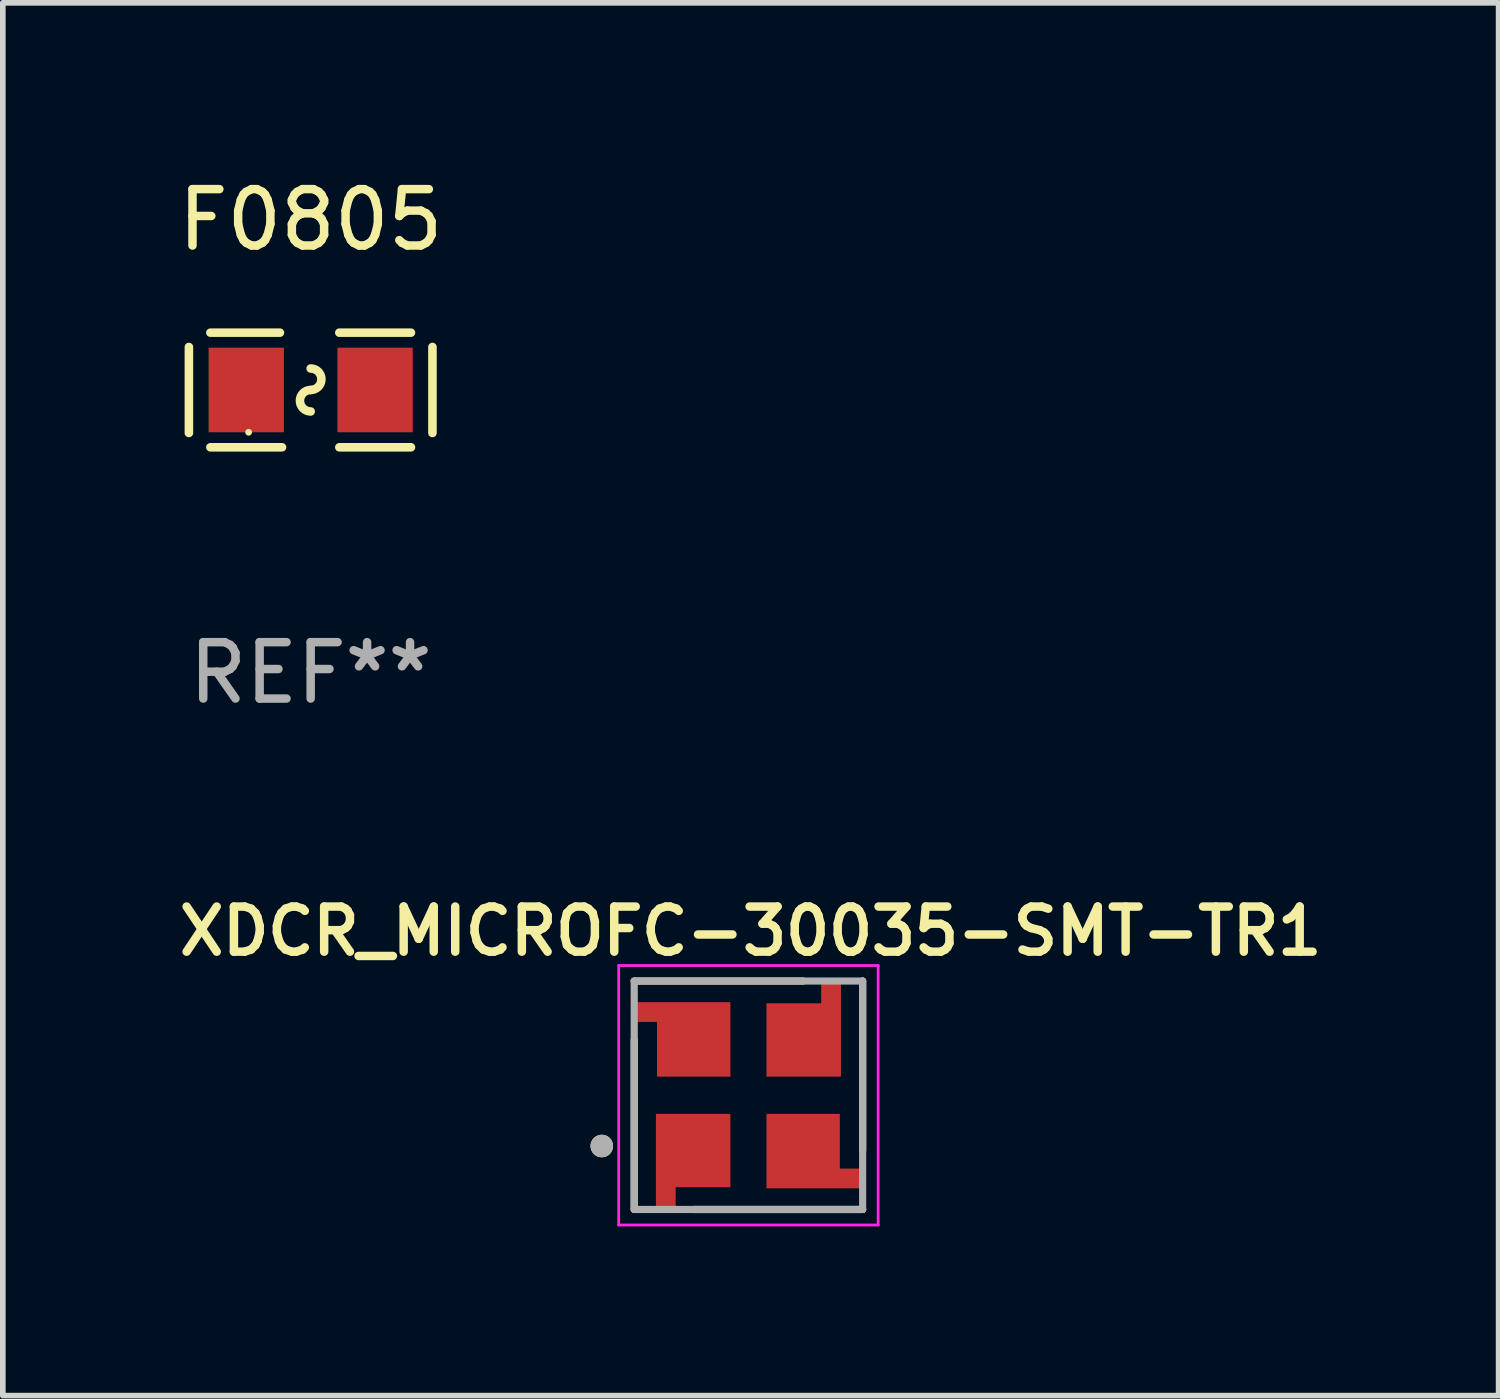
<source format=kicad_pcb>
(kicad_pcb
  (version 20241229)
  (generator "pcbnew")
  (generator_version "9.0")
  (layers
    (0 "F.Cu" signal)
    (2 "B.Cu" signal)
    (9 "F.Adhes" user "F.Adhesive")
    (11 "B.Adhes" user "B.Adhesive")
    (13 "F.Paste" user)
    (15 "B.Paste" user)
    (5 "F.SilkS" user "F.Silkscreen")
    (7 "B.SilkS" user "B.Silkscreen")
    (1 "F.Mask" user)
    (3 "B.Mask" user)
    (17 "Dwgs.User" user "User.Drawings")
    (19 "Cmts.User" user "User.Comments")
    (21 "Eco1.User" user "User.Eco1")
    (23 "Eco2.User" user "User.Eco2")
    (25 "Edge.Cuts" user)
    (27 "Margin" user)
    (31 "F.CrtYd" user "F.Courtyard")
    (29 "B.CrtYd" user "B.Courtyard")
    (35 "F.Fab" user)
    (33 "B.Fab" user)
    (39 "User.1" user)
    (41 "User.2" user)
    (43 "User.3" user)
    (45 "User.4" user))
  (footprint "XDCR_MICROFC-30035-SMT-TR1"
    (layer "F.Cu")
    (at 10.219 16.368)
    (property "Reference" "XDCR_MICROFC-30035-SMT-TR1" (at 0.04 -2.908 0) (layer "F.SilkS") (effects (font (size 0.8 0.8) (thickness 0.15))))
    (attr smd)
    (fp_poly (pts (xy -2.08 -1.69) (xy -0.28 -1.69) (xy -0.28 -0.29) (xy -1.66 -0.29) (xy -1.66 -1.26) (xy -2.08 -1.26)) (stroke (width 0.001) (type solid)) (fill yes) (layer "F.Mask"))
    (fp_poly (pts (xy -1.68 2.09) (xy -1.68 0.29) (xy -0.28 0.29) (xy -0.28 1.67) (xy -1.25 1.67) (xy -1.25 2.09)) (stroke (width 0.001) (type solid)) (fill yes) (layer "F.Mask"))
    (fp_poly (pts (xy 1.68 -2.09) (xy 1.68 -0.29) (xy 0.28 -0.29) (xy 0.28 -1.67) (xy 1.25 -1.67) (xy 1.25 -2.09)) (stroke (width 0.001) (type solid)) (fill yes) (layer "F.Mask"))
    (fp_poly (pts (xy 2.08 1.69) (xy 0.28 1.69) (xy 0.28 0.29) (xy 1.66 0.29) (xy 1.66 1.26) (xy 2.08 1.26)) (stroke (width 0.001) (type solid)) (fill yes) (layer "F.Mask"))
    (fp_line (start -2.025 -2.025) (end 0.97 -2.025) (stroke (width 0.127) (type solid)) (layer "F.SilkS"))
    (fp_line (start -2.025 -0.98) (end -2.025 2.025) (stroke (width 0.127) (type solid)) (layer "F.SilkS"))
    (fp_line (start -0.97 2.025) (end 2.025 2.025) (stroke (width 0.127) (type solid)) (layer "F.SilkS"))
    (fp_line (start 2.025 -2.025) (end 2.025 0.98) (stroke (width 0.127) (type solid)) (layer "F.SilkS"))
    (fp_circle (center -2.6 0.9) (end -2.5 0.9) (stroke (width 0.2) (type solid)) (fill no) (layer "F.SilkS"))
    (fp_poly (pts (xy -2.04 -1.65) (xy -0.32 -1.65) (xy -0.32 -0.33) (xy -1.62 -0.33) (xy -1.62 -1.3) (xy -2.04 -1.3)) (stroke (width 0.0001) (type solid)) (fill yes) (layer "F.Paste"))
    (fp_poly (pts (xy -1.64 0.33) (xy -0.32 0.33) (xy -0.32 1.63) (xy -1.29 1.63) (xy -1.29 2.05) (xy -1.64 2.05)) (stroke (width 0.0001) (type solid)) (fill yes) (layer "F.Paste"))
    (fp_poly (pts (xy 0.32 0.33) (xy 1.62 0.33) (xy 1.62 1.3) (xy 2.04 1.3) (xy 2.04 1.65) (xy 0.32 1.65)) (stroke (width 0.0001) (type solid)) (fill yes) (layer "F.Paste"))
    (fp_poly (pts (xy 1.29 -2.05) (xy 1.64 -2.05) (xy 1.64 -0.33) (xy 0.32 -0.33) (xy 0.32 -1.63) (xy 1.29 -1.63)) (stroke (width 0.0001) (type solid)) (fill yes) (layer "F.Paste"))
    (fp_line (start -2.3 -2.3) (end 2.3 -2.3) (stroke (width 0.05) (type solid)) (layer "F.CrtYd"))
    (fp_line (start -2.3 2.3) (end -2.3 -2.3) (stroke (width 0.05) (type solid)) (layer "F.CrtYd"))
    (fp_line (start 2.3 -2.3) (end 2.3 2.3) (stroke (width 0.05) (type solid)) (layer "F.CrtYd"))
    (fp_line (start 2.3 2.3) (end -2.3 2.3) (stroke (width 0.05) (type solid)) (layer "F.CrtYd"))
    (fp_line (start -2.025 -2.025) (end 2.025 -2.025) (stroke (width 0.127) (type solid)) (layer "F.Fab"))
    (fp_line (start -2.025 2.025) (end -2.025 -2.025) (stroke (width 0.127) (type solid)) (layer "F.Fab"))
    (fp_line (start 2.025 -2.025) (end 2.025 2.025) (stroke (width 0.127) (type solid)) (layer "F.Fab"))
    (fp_line (start 2.025 2.025) (end -2.025 2.025) (stroke (width 0.127) (type solid)) (layer "F.Fab"))
    (fp_circle (center -2.6 0.9) (end -2.5 0.9) (stroke (width 0.2) (type solid)) (fill no) (layer "F.Fab"))
    (pad "1" smd custom (at -0.98 0.98) (size 1.32 1.3) (layers "F.Cu") (options (anchor rect)) (primitives (gr_poly (pts (xy -0.66 -0.65) (xy 0.66 -0.65) (xy 0.66 0.65) (xy -0.31 0.65) (xy -0.31 1.07) (xy -0.66 1.07)) (width 0.0001) (fill yes))))
    (pad "2" smd custom (at 0.97 0.99) (size 1.3 1.32) (layers "F.Cu") (options (anchor rect)) (primitives (gr_poly (pts (xy -0.65 -0.66) (xy 0.65 -0.66) (xy 0.65 0.31) (xy 1.07 0.31) (xy 1.07 0.66) (xy -0.65 0.66)) (width 0.0001) (fill yes))))
    (pad "3" smd custom (at 0.98 -0.98) (size 1.32 1.3) (layers "F.Cu") (options (anchor rect)) (primitives (gr_poly (pts (xy 0.31 -1.07) (xy 0.66 -1.07) (xy 0.66 0.65) (xy -0.66 0.65) (xy -0.66 -0.65) (xy 0.31 -0.65)) (width 0.0001) (fill yes))))
    (pad "4" smd custom (at -0.97 -0.99) (size 1.3 1.32) (layers "F.Cu") (options (anchor rect)) (primitives (gr_poly (pts (xy -1.07 -0.66) (xy 0.65 -0.66) (xy 0.65 0.66) (xy -0.65 0.66) (xy -0.65 -0.31) (xy -1.07 -0.31)) (width 0.0001) (fill yes)))))
  (footprint "F0805"
    (layer "F.Cu")
    (at 2.458 3.864)
    (property "Reference" "F0805" (at 0 -3.016 0) (layer "F.SilkS") (effects (font (size 1 1) (thickness 0.15))))
    (attr smd)
    (fp_line (start -2.159 -0.762) (end -2.159 0.762) (stroke (width 0.152) (type solid)) (layer "F.SilkS"))
    (fp_line (start -1.778 -1.016) (end -0.545 -1.016) (stroke (width 0.152) (type solid)) (layer "F.SilkS"))
    (fp_line (start -0.508 1.016) (end -1.778 1.016) (stroke (width 0.152) (type solid)) (layer "F.SilkS"))
    (fp_line (start 0.508 1.016) (end 1.778 1.016) (stroke (width 0.152) (type solid)) (layer "F.SilkS"))
    (fp_line (start 1.778 -1.016) (end 0.508 -1.016) (stroke (width 0.152) (type solid)) (layer "F.SilkS"))
    (fp_line (start 2.159 -0.762) (end 2.159 0.762) (stroke (width 0.152) (type solid)) (layer "F.SilkS"))
    (fp_arc (start 0 -0.381) (mid 0.1905 -0.1905) (end 0 0) (stroke (width 0.151994) (type solid)) (layer "F.SilkS"))
    (fp_arc (start 0 0.381) (mid -0.1905 0.1905) (end 0 0) (stroke (width 0.151994) (type solid)) (layer "F.SilkS"))
    (fp_circle (center -1.1 0.75) (end -1.07 0.75) (stroke (width 0.06) (type solid)) (fill no) (layer "F.SilkS"))
    (fp_text user "REF**" (at 0 5.016 0) (layer "F.Fab") (effects (font (size 1 1) (thickness 0.15))))
    (pad "1" smd rect (at -1.142 0) (size 1.335 1.5) (layers "F.Cu" "F.Mask" "F.Paste"))
    (pad "2" smd rect (at 1.142 0) (size 1.335 1.5) (layers "F.Cu" "F.Mask" "F.Paste")))
  (gr_rect
    (start -3 -3)
    (end 23.519 21.693)
    (stroke (width 0.1) (type default))
    (fill no)
    (layer "Edge.Cuts")))
</source>
